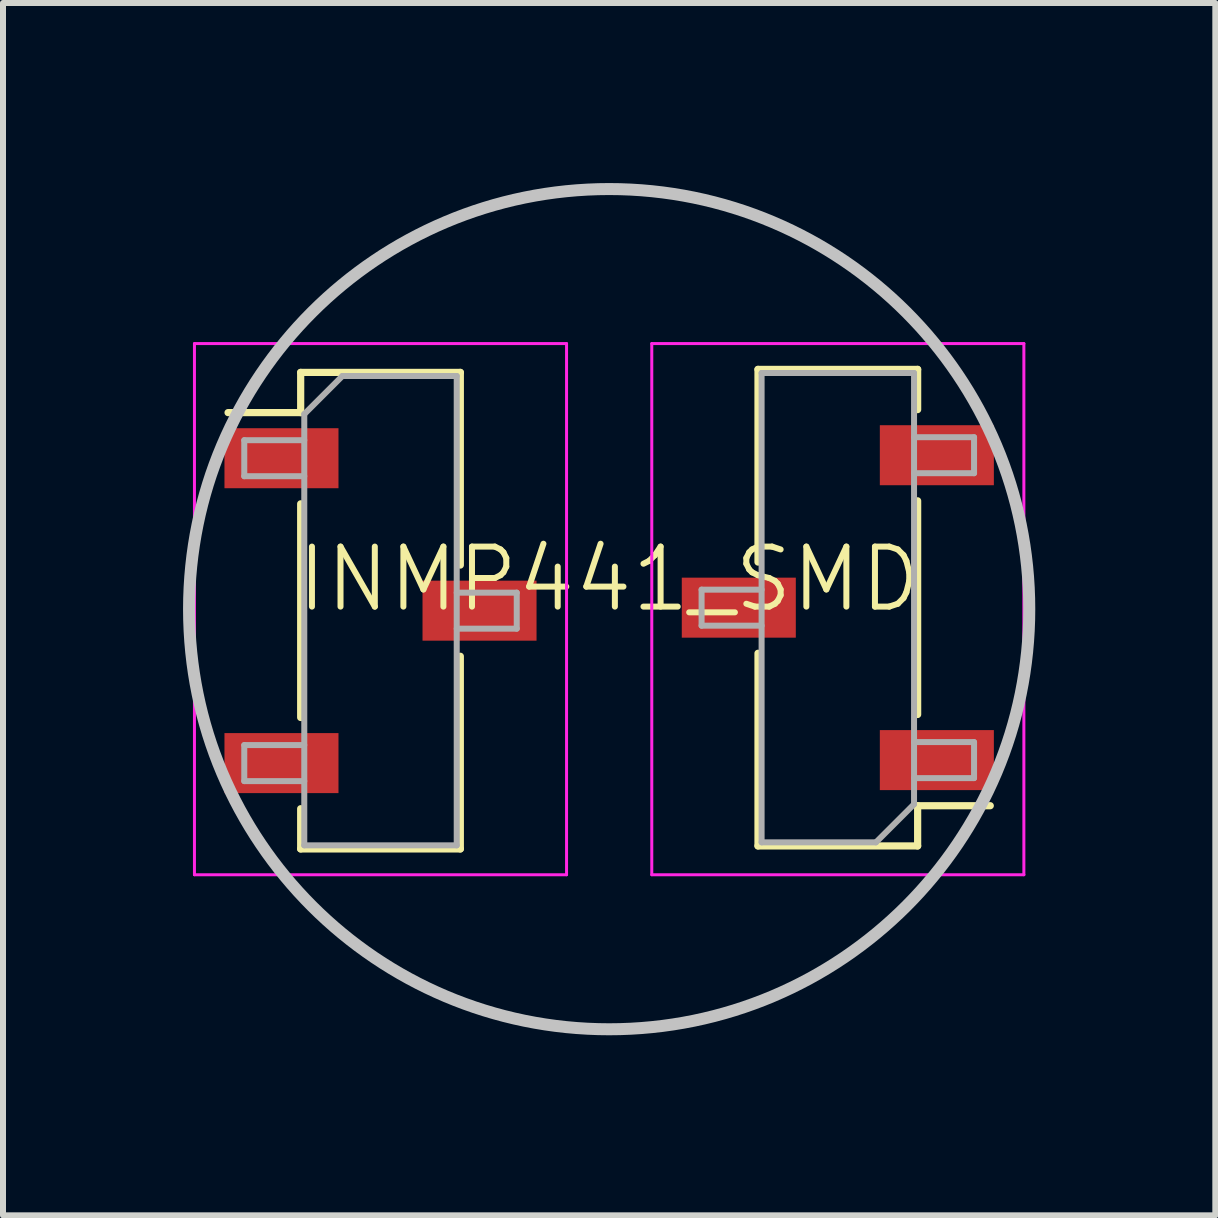
<source format=kicad_pcb>
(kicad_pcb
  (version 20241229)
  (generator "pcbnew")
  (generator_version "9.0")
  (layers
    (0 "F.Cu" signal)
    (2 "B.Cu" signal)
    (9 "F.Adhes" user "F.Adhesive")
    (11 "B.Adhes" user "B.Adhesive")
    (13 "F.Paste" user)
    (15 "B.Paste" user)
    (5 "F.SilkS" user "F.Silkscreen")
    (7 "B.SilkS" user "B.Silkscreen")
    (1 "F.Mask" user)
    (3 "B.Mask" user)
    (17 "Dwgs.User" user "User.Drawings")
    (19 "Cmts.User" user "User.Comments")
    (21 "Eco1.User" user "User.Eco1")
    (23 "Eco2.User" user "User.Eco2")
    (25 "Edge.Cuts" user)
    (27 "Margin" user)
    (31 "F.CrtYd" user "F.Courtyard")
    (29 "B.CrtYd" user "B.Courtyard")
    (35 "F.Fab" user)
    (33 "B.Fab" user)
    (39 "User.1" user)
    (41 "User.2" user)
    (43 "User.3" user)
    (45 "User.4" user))
  (footprint "INMP441_SMD"
    (layer "F.Cu")
    (at 7.1 7.1)
    (property "Reference" "INMP441_SMD" (at 0 -0.5 0) (unlocked yes) (layer "F.SilkS") (effects (font (size 1 1) (thickness 0.1))))
    (attr smd)
    (fp_line (start -6.35 -3.275) (end -5.14 -3.275) (stroke (width 0.12) (type solid)) (layer "F.SilkS"))
    (fp_line (start -5.14 -3.945) (end -5.14 -3.275) (stroke (width 0.12) (type solid)) (layer "F.SilkS"))
    (fp_line (start -5.14 -3.945) (end -2.48 -3.945) (stroke (width 0.12) (type solid)) (layer "F.SilkS"))
    (fp_line (start -5.14 -1.755) (end -5.14 1.805) (stroke (width 0.12) (type solid)) (layer "F.SilkS"))
    (fp_line (start -5.14 3.325) (end -5.14 3.995) (stroke (width 0.12) (type solid)) (layer "F.SilkS"))
    (fp_line (start -5.14 3.995) (end -2.48 3.995) (stroke (width 0.12) (type solid)) (layer "F.SilkS"))
    (fp_line (start -2.48 -3.945) (end -2.48 -0.735) (stroke (width 0.12) (type solid)) (layer "F.SilkS"))
    (fp_line (start -2.48 0.785) (end -2.48 3.995) (stroke (width 0.12) (type solid)) (layer "F.SilkS"))
    (fp_line (start 2.48 -0.785) (end 2.48 -3.995) (stroke (width 0.12) (type solid)) (layer "F.SilkS"))
    (fp_line (start 2.48 3.945) (end 2.48 0.735) (stroke (width 0.12) (type solid)) (layer "F.SilkS"))
    (fp_line (start 5.14 -3.995) (end 2.48 -3.995) (stroke (width 0.12) (type solid)) (layer "F.SilkS"))
    (fp_line (start 5.14 -3.325) (end 5.14 -3.995) (stroke (width 0.12) (type solid)) (layer "F.SilkS"))
    (fp_line (start 5.14 1.755) (end 5.14 -1.805) (stroke (width 0.12) (type solid)) (layer "F.SilkS"))
    (fp_line (start 5.14 3.945) (end 2.48 3.945) (stroke (width 0.12) (type solid)) (layer "F.SilkS"))
    (fp_line (start 5.14 3.945) (end 5.14 3.275) (stroke (width 0.12) (type solid)) (layer "F.SilkS"))
    (fp_line (start 6.35 3.275) (end 5.14 3.275) (stroke (width 0.12) (type solid)) (layer "F.SilkS"))
    (fp_circle (center 0 0) (end 7 0) (stroke (width 0.2) (type default)) (fill no) (layer "Dwgs.User"))
    (fp_line (start -6.91 -4.425) (end -0.71 -4.425) (stroke (width 0.05) (type solid)) (layer "F.CrtYd"))
    (fp_line (start -6.91 4.425) (end -6.91 -4.425) (stroke (width 0.05) (type solid)) (layer "F.CrtYd"))
    (fp_line (start -0.71 -4.425) (end -0.71 4.425) (stroke (width 0.05) (type solid)) (layer "F.CrtYd"))
    (fp_line (start -0.71 4.425) (end -6.91 4.425) (stroke (width 0.05) (type solid)) (layer "F.CrtYd"))
    (fp_line (start 0.71 -4.425) (end 6.91 -4.425) (stroke (width 0.05) (type solid)) (layer "F.CrtYd"))
    (fp_line (start 0.71 4.425) (end 0.71 -4.425) (stroke (width 0.05) (type solid)) (layer "F.CrtYd"))
    (fp_line (start 6.91 -4.425) (end 6.91 4.425) (stroke (width 0.05) (type solid)) (layer "F.CrtYd"))
    (fp_line (start 6.91 4.425) (end 0.71 4.425) (stroke (width 0.05) (type solid)) (layer "F.CrtYd"))
    (fp_line (start -6.08 -2.815) (end -5.08 -2.815) (stroke (width 0.1) (type solid)) (layer "F.Fab"))
    (fp_line (start -6.08 -2.215) (end -6.08 -2.815) (stroke (width 0.1) (type solid)) (layer "F.Fab"))
    (fp_line (start -6.08 2.265) (end -5.08 2.265) (stroke (width 0.1) (type solid)) (layer "F.Fab"))
    (fp_line (start -6.08 2.865) (end -6.08 2.265) (stroke (width 0.1) (type solid)) (layer "F.Fab"))
    (fp_line (start -5.08 -3.25) (end -4.445 -3.885) (stroke (width 0.1) (type solid)) (layer "F.Fab"))
    (fp_line (start -5.08 -2.215) (end -6.08 -2.215) (stroke (width 0.1) (type solid)) (layer "F.Fab"))
    (fp_line (start -5.08 2.865) (end -6.08 2.865) (stroke (width 0.1) (type solid)) (layer "F.Fab"))
    (fp_line (start -5.08 3.935) (end -5.08 -3.25) (stroke (width 0.1) (type solid)) (layer "F.Fab"))
    (fp_line (start -4.445 -3.885) (end -2.54 -3.885) (stroke (width 0.1) (type solid)) (layer "F.Fab"))
    (fp_line (start -2.54 -3.885) (end -2.54 3.935) (stroke (width 0.1) (type solid)) (layer "F.Fab"))
    (fp_line (start -2.54 -0.275) (end -1.54 -0.275) (stroke (width 0.1) (type solid)) (layer "F.Fab"))
    (fp_line (start -2.54 3.935) (end -5.08 3.935) (stroke (width 0.1) (type solid)) (layer "F.Fab"))
    (fp_line (start -1.54 -0.275) (end -1.54 0.325) (stroke (width 0.1) (type solid)) (layer "F.Fab"))
    (fp_line (start -1.54 0.325) (end -2.54 0.325) (stroke (width 0.1) (type solid)) (layer "F.Fab"))
    (fp_line (start 1.54 -0.325) (end 2.54 -0.325) (stroke (width 0.1) (type solid)) (layer "F.Fab"))
    (fp_line (start 1.54 0.275) (end 1.54 -0.325) (stroke (width 0.1) (type solid)) (layer "F.Fab"))
    (fp_line (start 2.54 -3.935) (end 5.08 -3.935) (stroke (width 0.1) (type solid)) (layer "F.Fab"))
    (fp_line (start 2.54 0.275) (end 1.54 0.275) (stroke (width 0.1) (type solid)) (layer "F.Fab"))
    (fp_line (start 2.54 3.885) (end 2.54 -3.935) (stroke (width 0.1) (type solid)) (layer "F.Fab"))
    (fp_line (start 4.445 3.885) (end 2.54 3.885) (stroke (width 0.1) (type solid)) (layer "F.Fab"))
    (fp_line (start 5.08 -3.935) (end 5.08 3.25) (stroke (width 0.1) (type solid)) (layer "F.Fab"))
    (fp_line (start 5.08 -2.865) (end 6.08 -2.865) (stroke (width 0.1) (type solid)) (layer "F.Fab"))
    (fp_line (start 5.08 2.215) (end 6.08 2.215) (stroke (width 0.1) (type solid)) (layer "F.Fab"))
    (fp_line (start 5.08 3.25) (end 4.445 3.885) (stroke (width 0.1) (type solid)) (layer "F.Fab"))
    (fp_line (start 6.08 -2.865) (end 6.08 -2.265) (stroke (width 0.1) (type solid)) (layer "F.Fab"))
    (fp_line (start 6.08 -2.265) (end 5.08 -2.265) (stroke (width 0.1) (type solid)) (layer "F.Fab"))
    (fp_line (start 6.08 2.215) (end 6.08 2.815) (stroke (width 0.1) (type solid)) (layer "F.Fab"))
    (fp_line (start 6.08 2.815) (end 5.08 2.815) (stroke (width 0.1) (type solid)) (layer "F.Fab"))
    (pad "1" smd rect (at -5.46 -2.515) (size 1.9 1) (layers "F.Cu" "F.Mask" "F.Paste"))
    (pad "2" smd rect (at -2.16 0.025) (size 1.9 1) (layers "F.Cu" "F.Mask" "F.Paste"))
    (pad "3" smd rect (at -5.46 2.565) (size 1.9 1) (layers "F.Cu" "F.Mask" "F.Paste"))
    (pad "4" smd rect (at 5.46 -2.565 180) (size 1.9 1) (layers "F.Cu" "F.Mask" "F.Paste"))
    (pad "5" smd rect (at 2.16 -0.025 180) (size 1.9 1) (layers "F.Cu" "F.Mask" "F.Paste"))
    (pad "6" smd rect (at 5.46 2.515 180) (size 1.9 1) (layers "F.Cu" "F.Mask" "F.Paste")))
  (gr_rect
    (start -3 -3)
    (end 17.2 17.2)
    (stroke (width 0.1) (type default))
    (fill no)
    (layer "Edge.Cuts")))
</source>
